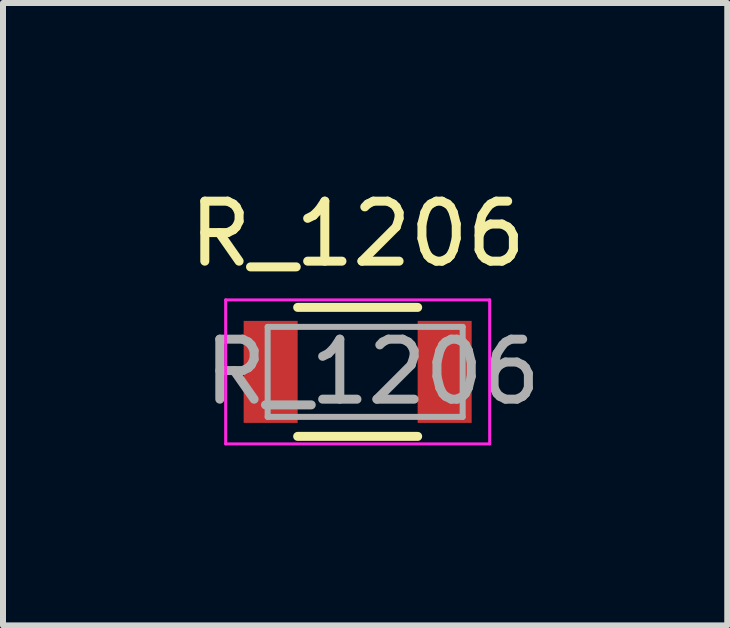
<source format=kicad_pcb>
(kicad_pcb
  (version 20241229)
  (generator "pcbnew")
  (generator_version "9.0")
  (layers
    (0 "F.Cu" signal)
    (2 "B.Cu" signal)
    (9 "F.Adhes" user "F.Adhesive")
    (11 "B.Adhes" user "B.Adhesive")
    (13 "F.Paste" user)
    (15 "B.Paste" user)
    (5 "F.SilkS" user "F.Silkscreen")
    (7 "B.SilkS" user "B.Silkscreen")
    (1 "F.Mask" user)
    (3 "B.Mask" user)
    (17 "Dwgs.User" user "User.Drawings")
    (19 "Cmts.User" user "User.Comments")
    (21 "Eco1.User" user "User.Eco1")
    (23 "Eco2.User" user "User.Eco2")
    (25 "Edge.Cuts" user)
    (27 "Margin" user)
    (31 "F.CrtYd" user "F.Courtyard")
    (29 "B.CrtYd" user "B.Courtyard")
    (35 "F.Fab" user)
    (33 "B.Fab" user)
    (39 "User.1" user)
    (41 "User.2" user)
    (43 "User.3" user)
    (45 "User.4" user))
  (footprint "R_1206"
    (layer "F.Cu")
    (at 2.911 3.148)
    (property "Reference" "R_1206" (at 0 -2.3 0) (layer "F.SilkS") (effects (font (size 1 1) (thickness 0.15))))
    (attr smd)
    (fp_line (start -1 -1.075) (end 1 -1.075) (stroke (width 0.15) (type solid)) (layer "F.SilkS"))
    (fp_line (start 1 1.075) (end -1 1.075) (stroke (width 0.15) (type solid)) (layer "F.SilkS"))
    (fp_line (start -2.2 -1.2) (end -2.2 1.2) (stroke (width 0.05) (type solid)) (layer "F.CrtYd"))
    (fp_line (start -2.2 -1.2) (end 2.2 -1.2) (stroke (width 0.05) (type solid)) (layer "F.CrtYd"))
    (fp_line (start -2.2 1.2) (end 2.2 1.2) (stroke (width 0.05) (type solid)) (layer "F.CrtYd"))
    (fp_line (start 2.2 -1.2) (end 2.2 1.2) (stroke (width 0.05) (type solid)) (layer "F.CrtYd"))
    (fp_line (start -1.5 -0.75) (end 1.75 -0.75) (stroke (width 0.1) (type solid)) (layer "F.Fab"))
    (fp_line (start -1.5 0.75) (end -1.5 -0.75) (stroke (width 0.1) (type solid)) (layer "F.Fab"))
    (fp_line (start 1.75 -0.75) (end 1.75 0.75) (stroke (width 0.1) (type solid)) (layer "F.Fab"))
    (fp_line (start 1.75 0.75) (end -1.5 0.75) (stroke (width 0.1) (type solid)) (layer "F.Fab"))
    (fp_text user "${REFERENCE}" (at 0.25 0 0) (layer "F.Fab") (effects (font (size 1 1) (thickness 0.15))))
    (pad "1" smd rect (at -1.45 0) (size 0.9 1.7) (layers "F.Cu" "F.Mask" "F.Paste"))
    (pad "2" smd rect (at 1.45 0) (size 0.9 1.7) (layers "F.Cu" "F.Mask" "F.Paste")))
  (gr_rect
    (start -3 -3)
    (end 9.071 7.373)
    (stroke (width 0.1) (type default))
    (fill no)
    (layer "Edge.Cuts")))
</source>
